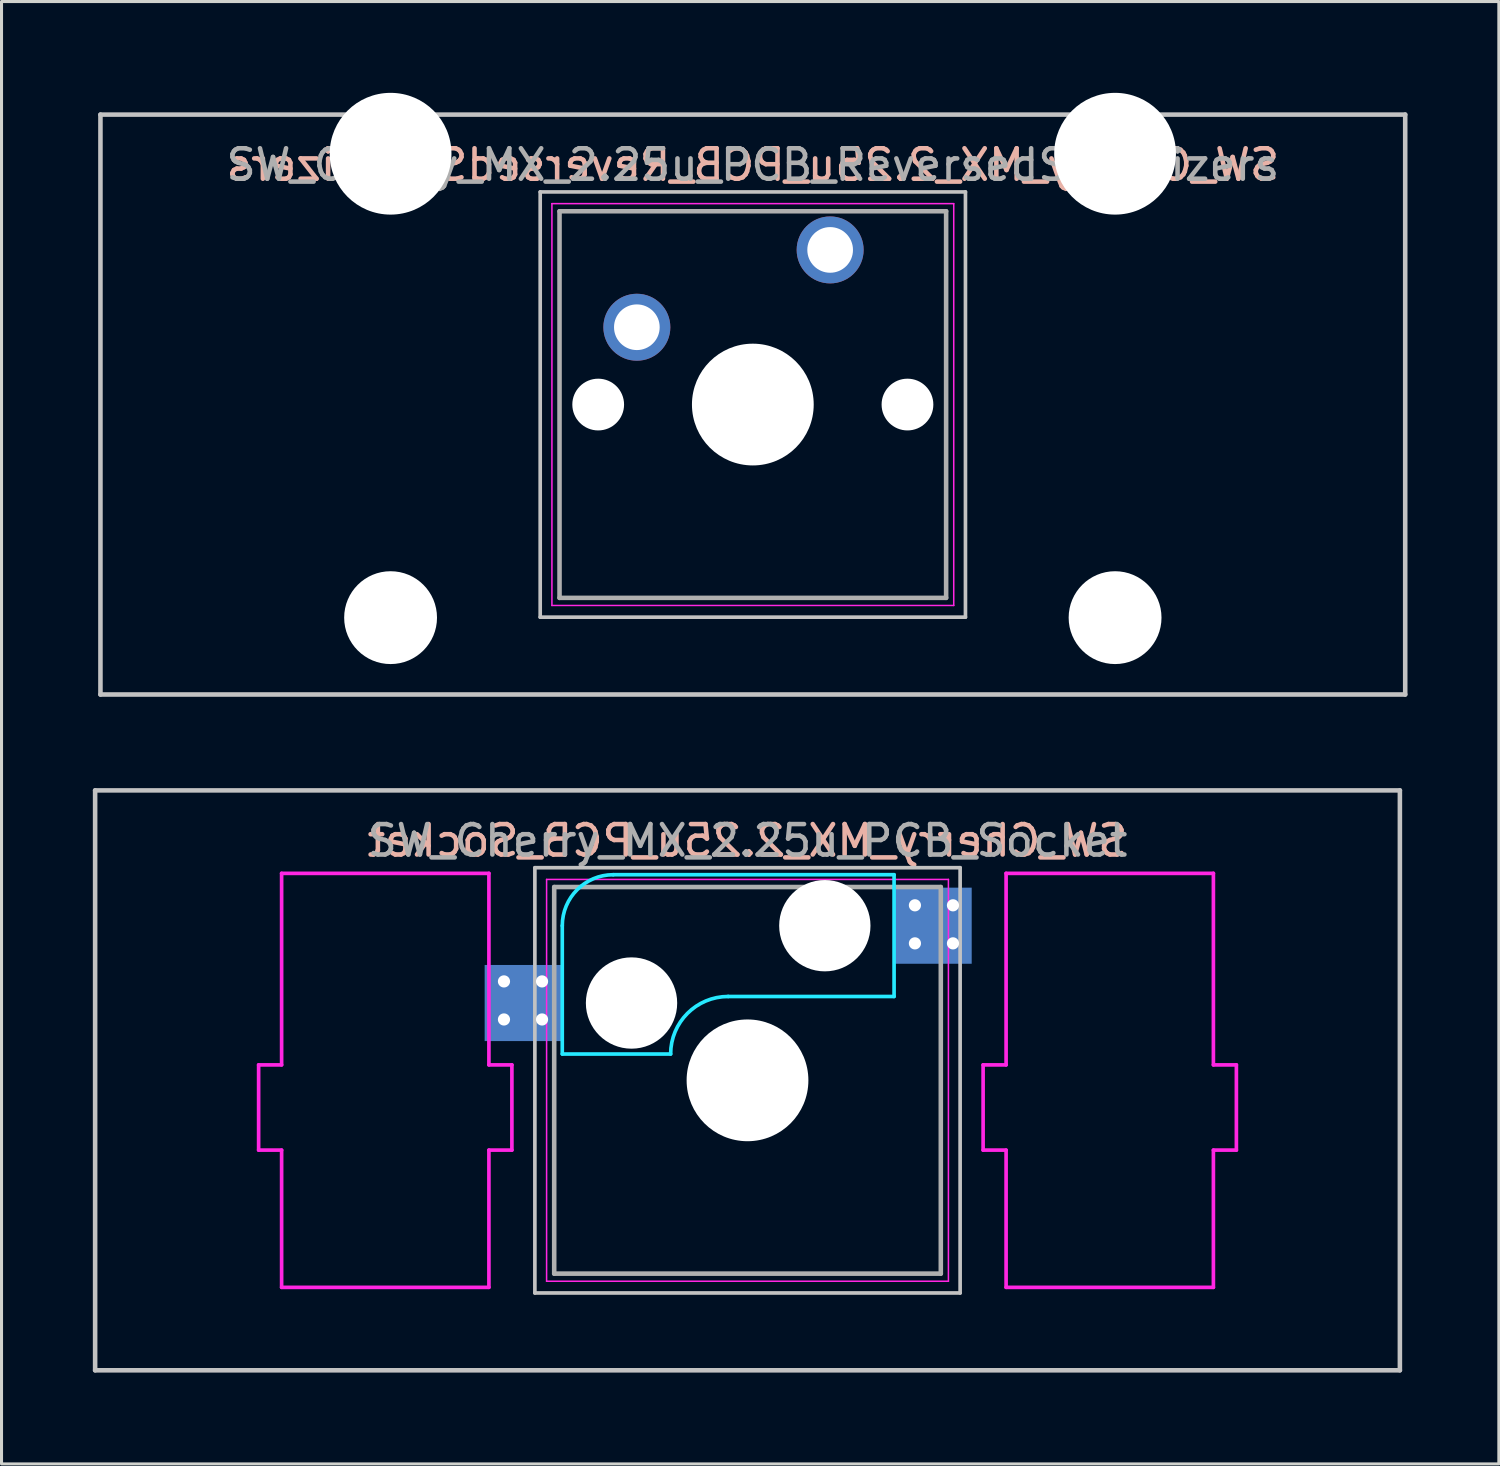
<source format=kicad_pcb>
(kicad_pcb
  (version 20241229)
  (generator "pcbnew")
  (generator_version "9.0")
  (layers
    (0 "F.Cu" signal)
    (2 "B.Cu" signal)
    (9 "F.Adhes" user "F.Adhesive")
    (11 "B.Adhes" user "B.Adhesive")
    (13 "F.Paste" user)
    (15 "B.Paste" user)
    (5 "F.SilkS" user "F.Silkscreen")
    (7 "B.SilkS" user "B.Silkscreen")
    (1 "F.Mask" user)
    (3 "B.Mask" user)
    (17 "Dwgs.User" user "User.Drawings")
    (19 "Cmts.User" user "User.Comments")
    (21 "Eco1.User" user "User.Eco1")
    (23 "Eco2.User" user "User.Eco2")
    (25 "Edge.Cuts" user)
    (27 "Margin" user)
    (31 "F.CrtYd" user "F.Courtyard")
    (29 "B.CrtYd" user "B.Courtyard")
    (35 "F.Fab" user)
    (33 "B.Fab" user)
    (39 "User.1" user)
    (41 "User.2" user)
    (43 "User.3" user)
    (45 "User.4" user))
  (footprint "SW_Cherry_MX_2.25u_PCB_Socket"
    (layer "F.Cu")
    (at 21.506 32.44)
    (property "Reference" "SW_Cherry_MX_2.25u_PCB_Socket" (at 0 -7.874 0) (layer "B.SilkS") (effects (font (size 1 1) (thickness 0.15)) (justify mirror)))
    (attr through_hole)
    (fp_line (start -21.431 -9.525) (end 21.431 -9.525) (stroke (width 0.15) (type solid)) (layer "Dwgs.User"))
    (fp_line (start -21.431 9.525) (end -21.431 -9.525) (stroke (width 0.15) (type solid)) (layer "Dwgs.User"))
    (fp_line (start -6.985 -6.985) (end 6.985 -6.985) (stroke (width 0.12) (type solid)) (layer "Dwgs.User"))
    (fp_line (start -6.985 6.985) (end -6.985 -6.985) (stroke (width 0.12) (type solid)) (layer "Dwgs.User"))
    (fp_line (start 6.985 -6.985) (end 6.985 6.985) (stroke (width 0.12) (type solid)) (layer "Dwgs.User"))
    (fp_line (start 6.985 6.985) (end -6.985 6.985) (stroke (width 0.12) (type solid)) (layer "Dwgs.User"))
    (fp_line (start 21.431 -9.525) (end 21.431 9.525) (stroke (width 0.15) (type solid)) (layer "Dwgs.User"))
    (fp_line (start 21.431 9.525) (end -21.431 9.525) (stroke (width 0.15) (type solid)) (layer "Dwgs.User"))
    (fp_line (start -6.085 -0.865) (end -6.085 -5.08) (stroke (width 0.12) (type solid)) (layer "B.CrtYd"))
    (fp_line (start -6.085 -0.865) (end -2.525 -0.865) (stroke (width 0.12) (type solid)) (layer "B.CrtYd"))
    (fp_line (start -4.41 -6.755) (end 4.815 -6.755) (stroke (width 0.12) (type solid)) (layer "B.CrtYd"))
    (fp_line (start 4.815 -6.755) (end 4.815 -2.755) (stroke (width 0.12) (type solid)) (layer "B.CrtYd"))
    (fp_line (start 4.815 -2.755) (end -0.635 -2.755) (stroke (width 0.12) (type solid)) (layer "B.CrtYd"))
    (fp_arc (start -6.085 -5.08) (mid -5.594404 -6.264404) (end -4.41 -6.755) (stroke (width 0.12) (type solid)) (layer "B.CrtYd"))
    (fp_arc (start -2.525 -0.865) (mid -1.971432 -2.201432) (end -0.635 -2.755) (stroke (width 0.12) (type solid)) (layer "B.CrtYd"))
    (fp_line (start -16.06 -0.508) (end -16.06 2.292) (stroke (width 0.12) (type solid)) (layer "F.CrtYd"))
    (fp_line (start -16.06 -0.508) (end -15.305 -0.508) (stroke (width 0.12) (type solid)) (layer "F.CrtYd"))
    (fp_line (start -15.305 -6.8) (end -8.495 -6.8) (stroke (width 0.12) (type solid)) (layer "F.CrtYd"))
    (fp_line (start -15.305 -0.508) (end -15.305 -6.8) (stroke (width 0.12) (type solid)) (layer "F.CrtYd"))
    (fp_line (start -15.305 2.292) (end -16.06 2.292) (stroke (width 0.12) (type solid)) (layer "F.CrtYd"))
    (fp_line (start -15.305 2.292) (end -15.305 6.8) (stroke (width 0.12) (type solid)) (layer "F.CrtYd"))
    (fp_line (start -8.495 -6.8) (end -8.495 -0.508) (stroke (width 0.12) (type solid)) (layer "F.CrtYd"))
    (fp_line (start -8.495 -0.508) (end -7.74 -0.508) (stroke (width 0.12) (type solid)) (layer "F.CrtYd"))
    (fp_line (start -8.495 2.292) (end -7.74 2.292) (stroke (width 0.12) (type solid)) (layer "F.CrtYd"))
    (fp_line (start -8.495 6.8) (end -15.305 6.8) (stroke (width 0.12) (type solid)) (layer "F.CrtYd"))
    (fp_line (start -8.495 6.8) (end -8.495 2.292) (stroke (width 0.12) (type solid)) (layer "F.CrtYd"))
    (fp_line (start -7.74 2.292) (end -7.74 -0.508) (stroke (width 0.12) (type solid)) (layer "F.CrtYd"))
    (fp_line (start -6.6 -6.6) (end 6.6 -6.6) (stroke (width 0.05) (type solid)) (layer "F.CrtYd"))
    (fp_line (start -6.6 6.6) (end -6.6 -6.6) (stroke (width 0.05) (type solid)) (layer "F.CrtYd"))
    (fp_line (start 6.6 -6.6) (end 6.6 6.6) (stroke (width 0.05) (type solid)) (layer "F.CrtYd"))
    (fp_line (start 6.6 6.6) (end -6.6 6.6) (stroke (width 0.05) (type solid)) (layer "F.CrtYd"))
    (fp_line (start 7.74 -0.508) (end 7.74 2.292) (stroke (width 0.12) (type solid)) (layer "F.CrtYd"))
    (fp_line (start 7.74 -0.508) (end 8.495 -0.508) (stroke (width 0.12) (type solid)) (layer "F.CrtYd"))
    (fp_line (start 8.495 -6.8) (end 15.305 -6.8) (stroke (width 0.12) (type solid)) (layer "F.CrtYd"))
    (fp_line (start 8.495 -0.508) (end 8.495 -6.8) (stroke (width 0.12) (type solid)) (layer "F.CrtYd"))
    (fp_line (start 8.495 2.292) (end 7.74 2.292) (stroke (width 0.12) (type solid)) (layer "F.CrtYd"))
    (fp_line (start 8.495 2.292) (end 8.495 6.8) (stroke (width 0.12) (type solid)) (layer "F.CrtYd"))
    (fp_line (start 15.305 -6.8) (end 15.305 -0.508) (stroke (width 0.12) (type solid)) (layer "F.CrtYd"))
    (fp_line (start 15.305 -0.508) (end 16.06 -0.508) (stroke (width 0.12) (type solid)) (layer "F.CrtYd"))
    (fp_line (start 15.305 2.292) (end 16.06 2.292) (stroke (width 0.12) (type solid)) (layer "F.CrtYd"))
    (fp_line (start 15.305 6.8) (end 8.495 6.8) (stroke (width 0.12) (type solid)) (layer "F.CrtYd"))
    (fp_line (start 15.305 6.8) (end 15.305 2.292) (stroke (width 0.12) (type solid)) (layer "F.CrtYd"))
    (fp_line (start 16.06 2.292) (end 16.06 -0.508) (stroke (width 0.12) (type solid)) (layer "F.CrtYd"))
    (fp_line (start -6.35 -6.35) (end 6.35 -6.35) (stroke (width 0.15) (type solid)) (layer "F.Fab"))
    (fp_line (start -6.35 6.35) (end -6.35 -6.35) (stroke (width 0.15) (type solid)) (layer "F.Fab"))
    (fp_line (start 6.35 -6.35) (end 6.35 6.35) (stroke (width 0.15) (type solid)) (layer "F.Fab"))
    (fp_line (start 6.35 6.35) (end -6.35 6.35) (stroke (width 0.15) (type solid)) (layer "F.Fab"))
    (fp_text user "${REFERENCE}" (at 0 -7.874 0) (layer "F.Fab") (effects (font (size 1 1) (thickness 0.15))))
    (pad "" np_thru_hole circle (at -3.81 -2.54) (size 3 3) (drill 3) (layers "*.Cu" "*.Mask"))
    (pad "" np_thru_hole circle (at 0 0) (size 4 4) (drill 4) (layers "*.Cu" "*.Mask"))
    (pad "" np_thru_hole circle (at 2.54 -5.08) (size 3 3) (drill 3) (layers "*.Cu" "*.Mask"))
    (pad "1" thru_hole circle (at 5.5 -5.75) (size 0.8 0.8) (drill 0.4) (layers "*.Cu" "*.Mask"))
    (pad "1" thru_hole circle (at 5.5 -4.5) (size 0.8 0.8) (drill 0.4) (layers "*.Cu" "*.Mask"))
    (pad "1" smd rect (at 6.09 -5.08) (size 2.55 2.5) (layers "B.Cu" "B.Mask" "B.Paste"))
    (pad "1" thru_hole circle (at 6.75 -5.75) (size 0.8 0.8) (drill 0.4) (layers "*.Cu" "*.Mask"))
    (pad "1" thru_hole circle (at 6.75 -4.5) (size 0.8 0.8) (drill 0.4) (layers "*.Cu" "*.Mask"))
    (pad "2" thru_hole circle (at -8 -3.25) (size 0.8 0.8) (drill 0.4) (layers "*.Cu" "*.Mask"))
    (pad "2" thru_hole circle (at -8 -2) (size 0.8 0.8) (drill 0.4) (layers "*.Cu" "*.Mask"))
    (pad "2" smd rect (at -7.36 -2.54) (size 2.55 2.5) (layers "B.Cu" "B.Mask" "B.Paste"))
    (pad "2" thru_hole circle (at -6.75 -3.25) (size 0.8 0.8) (drill 0.4) (layers "*.Cu" "*.Mask"))
    (pad "2" thru_hole circle (at -6.75 -2) (size 0.8 0.8) (drill 0.4) (layers "*.Cu" "*.Mask")))
  (footprint "SW_Cherry_MX_2.25u_PCB_ReversedStabilizers"
    (layer "F.Cu")
    (at 0.25 0.715)
    (property "Reference" "SW_Cherry_MX_2.25u_PCB_ReversedStabilizers" (at 21.431 1.651 0) (layer "B.SilkS") (effects (font (size 1 1) (thickness 0.15)) (justify mirror)))
    (attr through_hole)
    (fp_line (start 0 0) (end 42.862 0) (stroke (width 0.15) (type solid)) (layer "Dwgs.User"))
    (fp_line (start 0 19.05) (end 0 0) (stroke (width 0.15) (type solid)) (layer "Dwgs.User"))
    (fp_line (start 14.446 2.54) (end 28.416 2.54) (stroke (width 0.12) (type solid)) (layer "Dwgs.User"))
    (fp_line (start 14.446 16.51) (end 14.446 2.54) (stroke (width 0.12) (type solid)) (layer "Dwgs.User"))
    (fp_line (start 28.416 2.54) (end 28.416 16.51) (stroke (width 0.12) (type solid)) (layer "Dwgs.User"))
    (fp_line (start 28.416 16.51) (end 14.446 16.51) (stroke (width 0.12) (type solid)) (layer "Dwgs.User"))
    (fp_line (start 42.862 0) (end 42.862 19.05) (stroke (width 0.15) (type solid)) (layer "Dwgs.User"))
    (fp_line (start 42.862 19.05) (end 0 19.05) (stroke (width 0.15) (type solid)) (layer "Dwgs.User"))
    (fp_line (start 14.831 2.925) (end 28.031 2.925) (stroke (width 0.05) (type solid)) (layer "F.CrtYd"))
    (fp_line (start 14.831 16.125) (end 14.831 2.925) (stroke (width 0.05) (type solid)) (layer "F.CrtYd"))
    (fp_line (start 28.031 2.925) (end 28.031 16.125) (stroke (width 0.05) (type solid)) (layer "F.CrtYd"))
    (fp_line (start 28.031 16.125) (end 14.831 16.125) (stroke (width 0.05) (type solid)) (layer "F.CrtYd"))
    (fp_line (start 15.081 3.175) (end 27.781 3.175) (stroke (width 0.15) (type solid)) (layer "F.Fab"))
    (fp_line (start 15.081 15.875) (end 15.081 3.175) (stroke (width 0.15) (type solid)) (layer "F.Fab"))
    (fp_line (start 27.781 3.175) (end 27.781 15.875) (stroke (width 0.15) (type solid)) (layer "F.Fab"))
    (fp_line (start 27.781 15.875) (end 15.081 15.875) (stroke (width 0.15) (type solid)) (layer "F.Fab"))
    (fp_text user "${REFERENCE}" (at 21.431 1.651 0) (layer "F.Fab") (effects (font (size 1 1) (thickness 0.15))))
    (pad "" np_thru_hole circle (at 9.531 1.285) (size 4 4) (drill 4) (layers "*.Cu" "*.Mask"))
    (pad "" np_thru_hole circle (at 9.531 16.525) (size 3.05 3.05) (drill 3.05) (layers "*.Cu" "*.Mask"))
    (pad "" np_thru_hole circle (at 16.351 9.525) (size 1.7 1.7) (drill 1.7) (layers "*.Cu" "*.Mask"))
    (pad "" np_thru_hole circle (at 21.431 9.525) (size 4 4) (drill 4) (layers "*.Cu" "*.Mask"))
    (pad "" np_thru_hole circle (at 26.511 9.525) (size 1.7 1.7) (drill 1.7) (layers "*.Cu" "*.Mask"))
    (pad "" np_thru_hole circle (at 33.331 1.285) (size 4 4) (drill 4) (layers "*.Cu" "*.Mask"))
    (pad "" np_thru_hole circle (at 33.331 16.525) (size 3.05 3.05) (drill 3.05) (layers "*.Cu" "*.Mask"))
    (pad "1" thru_hole circle (at 23.971 4.445) (size 2.2 2.2) (drill 1.5) (layers "*.Cu" "*.Mask"))
    (pad "2" thru_hole circle (at 17.621 6.985) (size 2.2 2.2) (drill 1.5) (layers "*.Cu" "*.Mask")))
  (gr_rect
    (start -3 -3)
    (end 46.188 45.04)
    (stroke (width 0.1) (type default))
    (fill no)
    (layer "Edge.Cuts")))
</source>
